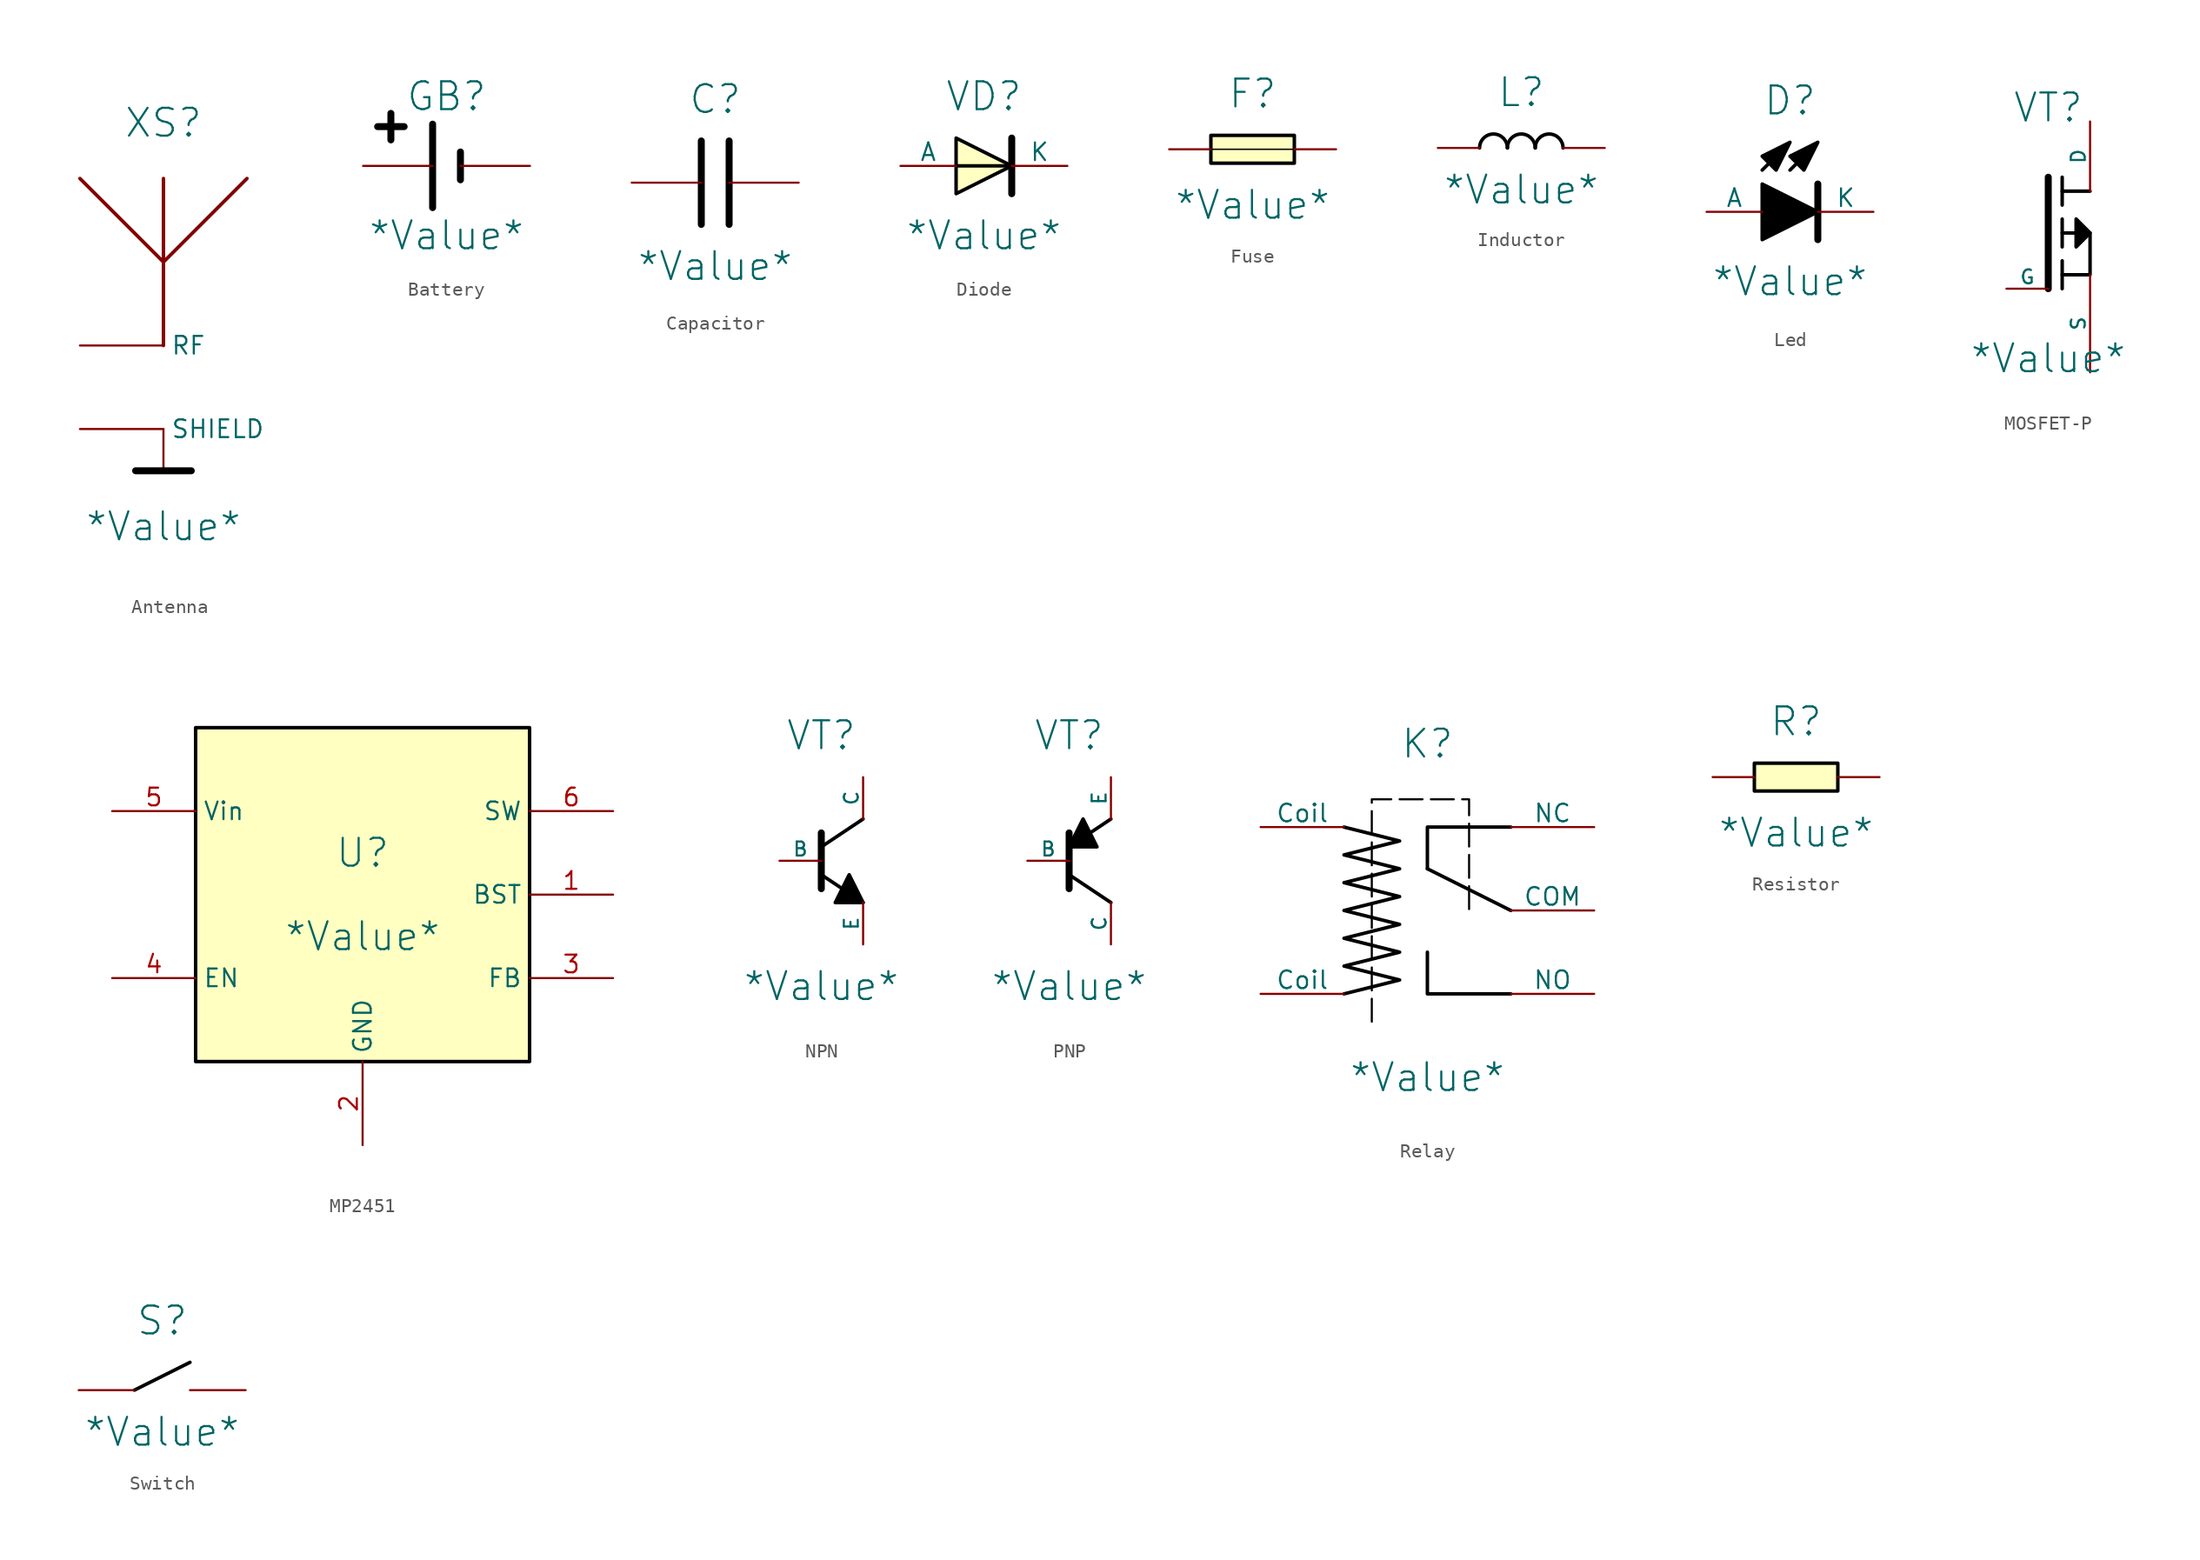
<source format=kicad_sym>
(kicad_symbol_lib
  (version 20241209)
  (generator "kicad_symbol_editor")
  (generator_version "9.0")
  (symbol "Antenna"
    (property "Reference" "XS"
      (at 0 16 0)
      (effects (font (size 2 2))))
    (property "Value" "*Value*"
      (at 0 -13 0)
      (effects (font (size 2 2))))
    (symbol "Antenna_0_1"
      (polyline (pts (xy 0 6) (xy 0 12)) (stroke (width 0.25) (type default)) (fill (type none)))
      (polyline (pts (xy 0 6) (xy 6 12)) (stroke (width 0.25) (type default)) (fill (type none)))
      (polyline (pts (xy 0 0) (xy 0 0) (xy 0 6) (xy -6 12)) (stroke (width 0.25) (type default)) (fill (type none)))
      (polyline (pts (xy 0 -6) (xy 0 -9)) (stroke (width 0) (type default)) (fill (type none))))
    (symbol "Antenna_1_0"
      (pin passive line (at -6 0 0) (length 6) (name "RF" (effects (font (size 1.27 1.27)))) (number "1" (effects (font (size 0 0)))))
      (pin passive line (at -6 -6 0) (length 6) (name "SHIELD" (effects (font (size 1.27 1.27)))) (number "2" (effects (font (size 0 0))))))
    (symbol "Antenna_1_1"
      (polyline (pts (xy -2 -9) (xy 2 -9)) (stroke (width 0.5) (type solid) (color 0 0 0 1)) (fill (type none)))))
  (symbol "Battery"
    (property "Reference" "GB"
      (at 0 5 0)
      (effects (font (size 2 2))))
    (property "Value" "*Value*"
      (at 0 -5 0)
      (effects (font (size 2 2))))
    (symbol "Battery_1_0"
      (polyline (pts (xy -1 -3) (xy -1 3)) (stroke (width 0.5) (type solid) (color 0 0 0 1)) (fill (type none)))
      (polyline (pts (xy 1 1) (xy 1 -1)) (stroke (width 0.5) (type solid) (color 0 0 0 1)) (fill (type none)))
      (pin passive line (at -6 0 0) (length 5) (name "+" (effects (font (size 0 0)))) (number "1" (effects (font (size 0 0)))))
      (pin passive line (at 6 0 180) (length 5) (name "-" (effects (font (size 0 0)))) (number "2" (effects (font (size 0 0))))))
    (symbol "Battery_1_1"
      (text "+" (at -4 3 0) (effects (font (size 2.5 2.5) (thickness 0.5) (bold yes) (color 0 0 0 1))))))
  (symbol "Capacitor"
    (pin_numbers
      (hide yes))
    (pin_names
      (offset 0)
      (hide yes))
    (property "Reference" "C"
      (at 0 6 0)
      (effects (font (size 2 2))))
    (property "Value" "*Value*"
      (at 0 -6 0)
      (effects (font (size 2 2))))
    (symbol "Capacitor_1_0"
      (polyline (pts (xy -1 -3) (xy -1 3)) (stroke (width 0.5) (type solid) (color 0 0 0 1)) (fill (type none)))
      (polyline (pts (xy 1 3) (xy 1 -3)) (stroke (width 0.5) (type solid) (color 0 0 0 1)) (fill (type none)))
      (pin passive line (at -6 0 0) (length 5) (name "1" (effects (font (size 2 2)))) (number "1" (effects (font (size 0 0)))))
      (pin passive line (at 6 0 180) (length 5) (name "2" (effects (font (size 2 2)))) (number "2" (effects (font (size 0 0)))))))
  (symbol "Diode"
    (pin_numbers
      (hide yes))
    (pin_names
      (offset 0))
    (property "Reference" "VD"
      (at 0 5 0)
      (effects (font (size 2 2))))
    (property "Value" "*Value*"
      (at 0 -5 0)
      (effects (font (size 2 2))))
    (symbol "Diode_1_0"
      (polyline (pts (xy -2 2) (xy 2 0) (xy -2 -2) (xy -2 2)) (stroke (width 0.25) (type solid) (color 0 0 0 1)) (fill (type background)))
      (polyline (pts (xy -2 0) (xy 2 0)) (stroke (width 0.25) (type solid) (color 0 0 0 1)) (fill (type none)))
      (polyline (pts (xy 2 -2) (xy 2 2)) (stroke (width 0.5) (type solid) (color 0 0 0 1)) (fill (type none))))
    (symbol "Diode_1_1"
      (pin passive line (at -6 0 0) (length 4) (name "A" (effects (font (size 1.27 1.27)))) (number "2" (effects (font (size 1.27 1.27)))))
      (pin passive line (at 6 0 180) (length 4) (name "K" (effects (font (size 1.27 1.27)))) (number "1" (effects (font (size 1.27 1.27)))))))
  (symbol "Fuse"
    (property "Reference" "F"
      (at 0 4 0)
      (effects (font (size 2 2))))
    (property "Value" "*Value*"
      (at 0 -4 0)
      (effects (font (size 2 2))))
    (symbol "Fuse_1_0"
      (rectangle (start -3 1) (end 3 -1) (stroke (width 0.25) (type solid) (color 0 0 0 1)) (fill (type background)))
      (pin passive line (at -6 0 0) (length 3) (name "2" (effects (font (size 0 0)))) (number "2" (effects (font (size 0 0)))))
      (pin passive line (at 6 0 180) (length 3) (name "1" (effects (font (size 0 0)))) (number "1" (effects (font (size 0 0))))))
    (symbol "Fuse_1_1"
      (polyline (pts (xy -3 0) (xy 3 0)) (stroke (width 0.1) (type solid) (color 0 0 0 1)) (fill (type none)))))
  (symbol "Inductor"
    (pin_numbers
      (hide yes))
    (pin_names
      (offset 0)
      (hide yes))
    (property "Reference" "L"
      (at 0 4 0)
      (effects (font (size 2 2))))
    (property "Value" "*Value*"
      (at 0 -3 0)
      (effects (font (size 2 2))))
    (symbol "Inductor_1_0"
      (arc (start -3 0) (mid -2 1) (end -1 0) (stroke (width 0.25) (type solid) (color 0 0 0 1)) (fill (type none)))
      (arc (start -1 0) (mid 0 1) (end 1 0) (stroke (width 0.25) (type solid) (color 0 0 0 1)) (fill (type none)))
      (arc (start 1 0) (mid 2 1) (end 3 0) (stroke (width 0.25) (type solid) (color 0 0 0 1)) (fill (type none)))
      (pin passive line (at -6 0 0) (length 3) (name "1" (effects (font (size 0 0)))) (number "1" (effects (font (size 0 0)))))
      (pin passive line (at 6 0 180) (length 3) (name "2" (effects (font (size 0 0)))) (number "2" (effects (font (size 0 0)))))))
  (symbol "Led"
    (pin_numbers
      (hide yes))
    (pin_names
      (offset 0))
    (property "Reference" "D"
      (at 0 8 0)
      (effects (font (size 2 2))))
    (property "Value" "*Value*"
      (at 0 -5 0)
      (effects (font (size 2 2))))
    (symbol "Led_1_0"
      (polyline (pts (xy -2 4) (xy -1 3) (xy 0 5) (xy -2 4)) (stroke (width 0.25) (type solid) (color 0 0 0 1)) (fill (type color) (color 0 0 0 1)))
      (polyline (pts (xy -2 -2) (xy 2 0) (xy -2 2) (xy -2 -2)) (stroke (width 0.25) (type solid) (color 0 0 0 1)) (fill (type color) (color 0 0 0 1)))
      (polyline (pts (xy 0 4) (xy 1 3) (xy 2 5) (xy 0 4)) (stroke (width 0.25) (type solid) (color 0 0 0 1)) (fill (type color) (color 0 0 0 1)))
      (polyline (pts (xy 2 2) (xy 2 -2)) (stroke (width 0.5) (type solid) (color 0 0 0 1)) (fill (type none))))
    (symbol "Led_1_1"
      (polyline (pts (xy -1 4) (xy -2 3)) (stroke (width 0.25) (type solid) (color 0 0 0 1)) (fill (type none)))
      (polyline (pts (xy 1 4) (xy 0 3)) (stroke (width 0.25) (type solid) (color 0 0 0 1)) (fill (type none)))
      (pin passive line (at -6 0 0) (length 4) (name "A" (effects (font (size 1.27 1.27)))) (number "1" (effects (font (size 1.27 1.27)))))
      (pin passive line (at 6 0 180) (length 4) (name "K" (effects (font (size 1.27 1.27)))) (number "2" (effects (font (size 1.27 1.27)))))))
  (symbol "MOSFET-P"
    (pin_names
      (offset 0))
    (property "Reference" "VT"
      (at 3 13 0)
      (effects (font (size 2 2))))
    (property "Value" "*Value*"
      (at 3 -5 0)
      (effects (font (size 2 2))))
    (symbol "MOSFET-P_1_0"
      (polyline (pts (xy 6 4) (xy 5 5) (xy 5 3) (xy 6 4)) (stroke (width 0.25) (type solid) (color 0 0 0 1)) (fill (type outline)))
      (pin input line (at 0 0 0) (length 3) (name "G" (effects (font (size 1 1)))) (number "1" (effects (font (size 0 0)))))
      (pin passive line (at 6 12 270) (length 5) (name "D" (effects (font (size 1 1)))) (number "3" (effects (font (size 0 0)))))
      (pin passive line (at 6 -6 90) (length 7) (name "S" (effects (font (size 1 1)))) (number "2" (effects (font (size 0 0))))))
    (symbol "MOSFET-P_1_1"
      (polyline (pts (xy 3 8) (xy 3 0)) (stroke (width 0.5) (type solid) (color 0 0 0 1)) (fill (type none)))
      (polyline (pts (xy 4 8) (xy 4 6)) (stroke (width 0.25) (type solid) (color 0 0 0 1)) (fill (type none)))
      (polyline (pts (xy 4 5) (xy 4 3)) (stroke (width 0.25) (type solid) (color 0 0 0 1)) (fill (type none)))
      (polyline (pts (xy 4 2) (xy 4 0)) (stroke (width 0.25) (type solid) (color 0 0 0 1)) (fill (type none)))
      (polyline (pts (xy 4 1) (xy 6 1) (xy 6 4) (xy 4 4)) (stroke (width 0.25) (type solid) (color 0 0 0 1)) (fill (type none)))
      (polyline (pts (xy 6 7) (xy 4 7)) (stroke (width 0.25) (type solid) (color 0 0 0 1)) (fill (type none)))))
  (symbol "MP2451"
    (property "Reference" "U"
      (at 0 3 0)
      (effects (font (size 2 2))))
    (property "Value" "*Value*"
      (at 0 -3 0)
      (effects (font (size 2 2))))
    (symbol "MP2451_1_0"
      (rectangle (start -12 12) (end 12 -12) (stroke (width 0.25) (type solid) (color 0 0 0 1)) (fill (type color) (color 255 255 194 1)))
      (pin power_in line (at -18 6 0) (length 6) (name "Vin" (effects (font (size 1.27 1.27)))) (number "5" (effects (font (size 1.27 1.27)))))
      (pin input line (at -18 -6 0) (length 6) (name "EN" (effects (font (size 1.27 1.27)))) (number "4" (effects (font (size 1.27 1.27)))))
      (pin power_in line (at 0 -18 90) (length 6) (name "GND" (effects (font (size 1.27 1.27)))) (number "2" (effects (font (size 1.27 1.27)))))
      (pin power_out line (at 18 6 180) (length 6) (name "SW" (effects (font (size 1.27 1.27)))) (number "6" (effects (font (size 1.27 1.27)))))
      (pin input line (at 18 0 180) (length 6) (name "BST" (effects (font (size 1.27 1.27)))) (number "1" (effects (font (size 1.27 1.27)))))
      (pin input line (at 18 -6 180) (length 6) (name "FB" (effects (font (size 1.27 1.27)))) (number "3" (effects (font (size 1.27 1.27)))))))
  (symbol "NPN"
    (pin_numbers
      (hide yes))
    (pin_names
      (offset 0))
    (property "Reference" "VT"
      (at 3 9 0)
      (effects (font (size 2 2))))
    (property "Value" "*Value*"
      (at 3 -9 0)
      (effects (font (size 2 2))))
    (symbol "NPN_1_0"
      (polyline (pts (xy 3 2) (xy 3 -2)) (stroke (width 0.5) (type solid) (color 0 0 0 1)) (fill (type none)))
      (polyline (pts (xy 3 -1) (xy 6 -3)) (stroke (width 0.25) (type solid) (color 0 0 0 1)) (fill (type none)))
      (polyline (pts (xy 6 3) (xy 3 1)) (stroke (width 0.25) (type solid) (color 0 0 0 1)) (fill (type none)))
      (polyline (pts (xy 6 -3) (xy 5 -1) (xy 4 -3) (xy 6 -3)) (stroke (width 0.25) (type solid) (color 0 0 0 1)) (fill (type outline))))
    (symbol "NPN_1_1"
      (pin passive line (at 0 0 0) (length 3) (name "B" (effects (font (size 1 1)))) (number "1" (effects (font (size 1 1)))))
      (pin passive line (at 6 6 270) (length 3) (name "C" (effects (font (size 1 1)))) (number "3" (effects (font (size 1 1)))))
      (pin passive line (at 6 -6 90) (length 3) (name "E" (effects (font (size 1 1)))) (number "2" (effects (font (size 1 1)))))))
  (symbol "PNP"
    (pin_numbers
      (hide yes))
    (pin_names
      (offset 0))
    (property "Reference" "VT"
      (at 3 9 0)
      (effects (font (size 2 2))))
    (property "Value" "*Value*"
      (at 3 -9 0)
      (effects (font (size 2 2))))
    (symbol "PNP_1_0"
      (polyline (pts (xy 3 2) (xy 3 -2)) (stroke (width 0.5) (type solid) (color 0 0 0 1)) (fill (type none)))
      (polyline (pts (xy 3 1) (xy 4 3) (xy 5 1) (xy 3 1)) (stroke (width 0.25) (type solid) (color 0 0 0 1)) (fill (type outline)))
      (polyline (pts (xy 3 -1) (xy 6 -3)) (stroke (width 0.25) (type solid) (color 0 0 0 1)) (fill (type none)))
      (polyline (pts (xy 6 3) (xy 3 1)) (stroke (width 0.25) (type solid) (color 0 0 0 1)) (fill (type none)))
      (pin passive line (at 0 0 0) (length 3) (name "B" (effects (font (size 1 1)))) (number "1" (effects (font (size 1 1)))))
      (pin passive line (at 6 6 270) (length 3) (name "E" (effects (font (size 1 1)))) (number "2" (effects (font (size 1 1)))))
      (pin passive line (at 6 -6 90) (length 3) (name "C" (effects (font (size 1 1)))) (number "3" (effects (font (size 1 1)))))))
  (symbol "Relay"
    (pin_numbers
      (hide yes))
    (pin_names
      (offset 0))
    (property "Reference" "K"
      (at 0 12 0)
      (effects (font (size 2 2))))
    (property "Value" "*Value*"
      (at 0 -12 0)
      (effects (font (size 2 2))))
    (symbol "Relay_1_0"
      (pin passive line (at -12 6 0) (length 6) (name "Coil" (effects (font (size 1.27 1.27)))) (number "1" (effects (font (size 1.27 1.27)))))
      (pin passive line (at -12 -6 0) (length 6) (name "Coil" (effects (font (size 1.27 1.27)))) (number "2" (effects (font (size 1.27 1.27)))))
      (pin passive line (at 12 6 180) (length 6) (name "NC" (effects (font (size 1.27 1.27)))) (number "5" (effects (font (size 1.27 1.27)))))
      (pin passive line (at 12 0 180) (length 6) (name "COM" (effects (font (size 1.27 1.27)))) (number "3" (effects (font (size 1.27 1.27)))))
      (pin passive line (at 12 -6 180) (length 6) (name "NO" (effects (font (size 1.27 1.27)))) (number "4" (effects (font (size 1.27 1.27))))))
    (symbol "Relay_1_1"
      (polyline (pts (xy -6 6) (xy -2 5) (xy -6 4) (xy -2 3) (xy -6 2) (xy -2 1) (xy -6 0) (xy -2 -1) (xy -6 -2) (xy -2 -3) (xy -6 -4) (xy -2 -5) (xy -6 -6)) (stroke (width 0.25) (type solid) (color 0 0 0 1)) (fill (type none)))
      (polyline (pts (xy -4 -8) (xy -4 8) (xy 3 8) (xy 3 0)) (stroke (width 0.15) (type dash) (color 0 0 0 1)) (fill (type none)))
      (polyline (pts (xy 6 6) (xy 0 6) (xy 0 3)) (stroke (width 0.25) (type solid) (color 0 0 0 1)) (fill (type none)))
      (polyline (pts (xy 6 0) (xy 0 3)) (stroke (width 0.25) (type solid) (color 0 0 0 1)) (fill (type none)))
      (polyline (pts (xy 6 -6) (xy 0 -6) (xy 0 -3)) (stroke (width 0.25) (type solid) (color 0 0 0 1)) (fill (type none)))))
  (symbol "Resistor"
    (property "Reference" "R"
      (at 0 4 0)
      (effects (font (size 2 2))))
    (property "Value" "*Value*"
      (at 0 -4 0)
      (effects (font (size 2 2))))
    (symbol "Resistor_1_0"
      (rectangle (start -3 1) (end 3 -1) (stroke (width 0.25) (type solid) (color 0 0 0 1)) (fill (type background)))
      (pin passive line (at -6 0 0) (length 3) (name "2" (effects (font (size 0 0)))) (number "2" (effects (font (size 0 0)))))
      (pin passive line (at 6 0 180) (length 3) (name "1" (effects (font (size 0 0)))) (number "1" (effects (font (size 0 0)))))))
  (symbol "Switch"
    (property "Reference" "S"
      (at 0 5 0)
      (effects (font (size 2 2))))
    (property "Value" "*Value*"
      (at 0 -3 0)
      (effects (font (size 2 2))))
    (symbol "Switch_1_0"
      (polyline (pts (xy -2 0) (xy 2 2)) (stroke (width 0.25) (type solid) (color 0 0 0 1)) (fill (type none)))
      (pin passive line (at -6 0 0) (length 4) (name "1" (effects (font (size 0 0)))) (number "1" (effects (font (size 0 0)))))
      (pin passive line (at 6 0 180) (length 4) (name "2" (effects (font (size 0 0)))) (number "2" (effects (font (size 0 0))))))))
</source>
